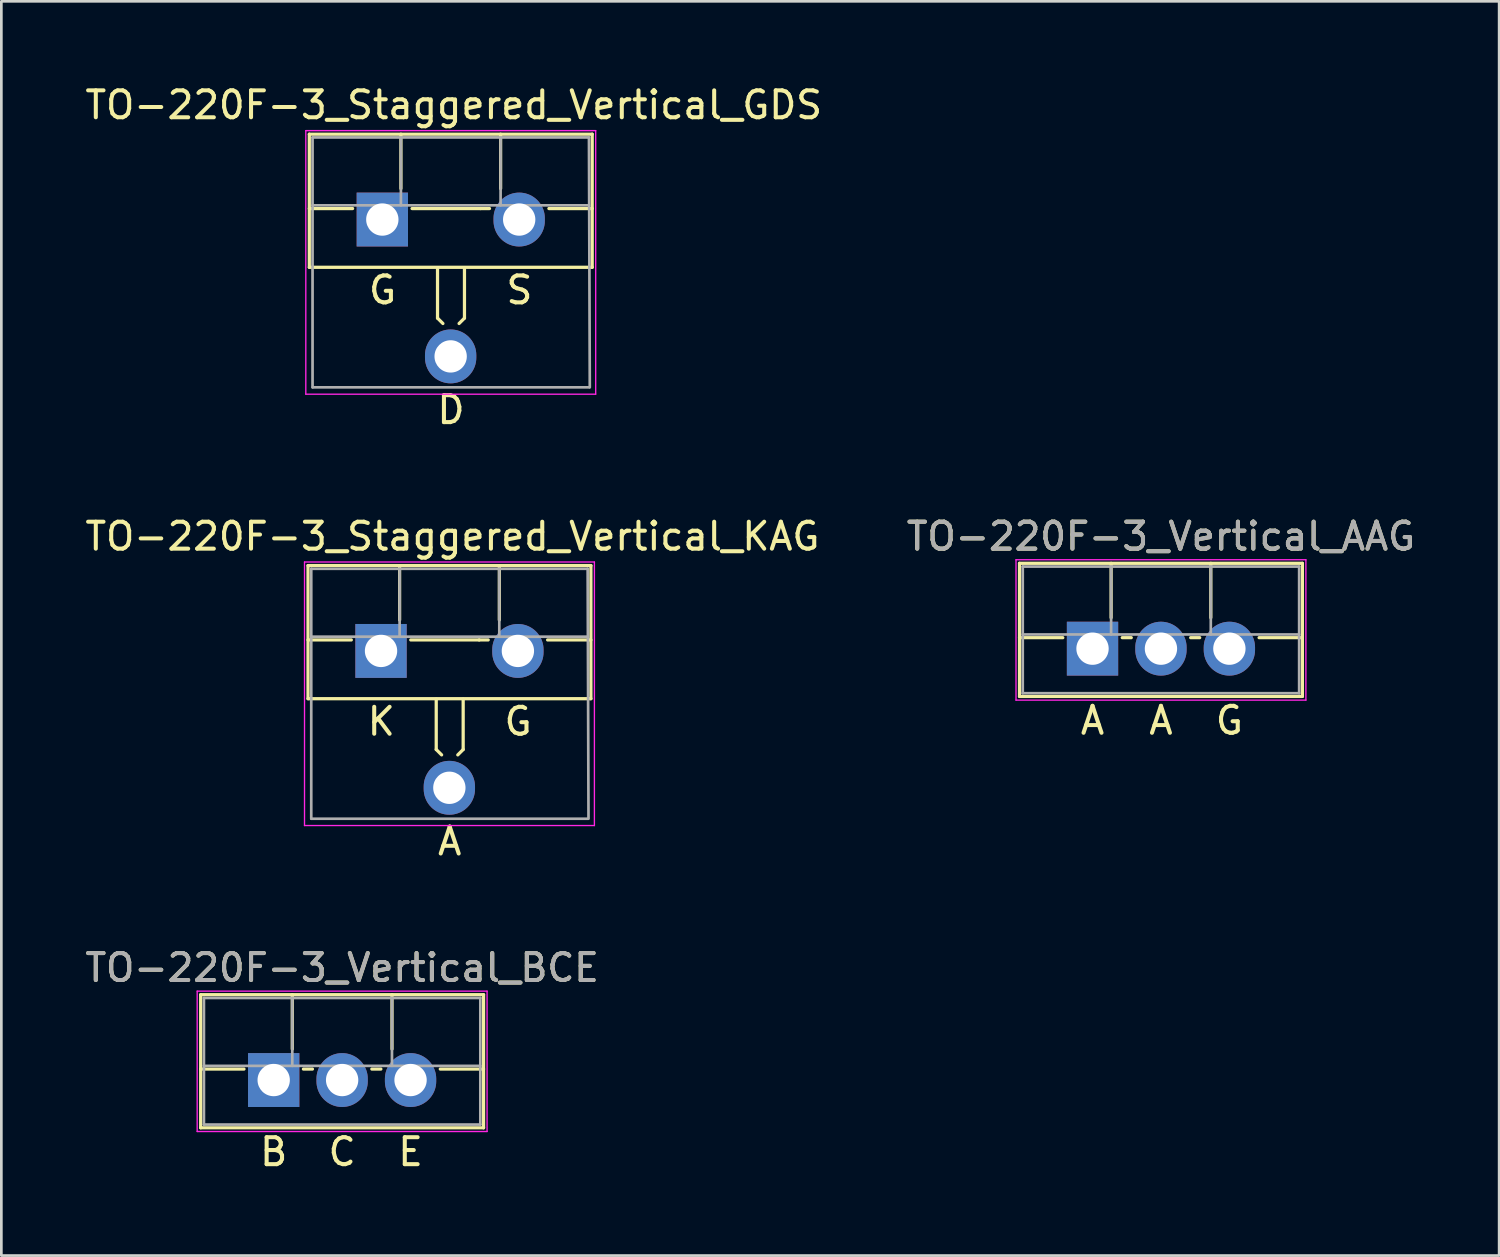
<source format=kicad_pcb>
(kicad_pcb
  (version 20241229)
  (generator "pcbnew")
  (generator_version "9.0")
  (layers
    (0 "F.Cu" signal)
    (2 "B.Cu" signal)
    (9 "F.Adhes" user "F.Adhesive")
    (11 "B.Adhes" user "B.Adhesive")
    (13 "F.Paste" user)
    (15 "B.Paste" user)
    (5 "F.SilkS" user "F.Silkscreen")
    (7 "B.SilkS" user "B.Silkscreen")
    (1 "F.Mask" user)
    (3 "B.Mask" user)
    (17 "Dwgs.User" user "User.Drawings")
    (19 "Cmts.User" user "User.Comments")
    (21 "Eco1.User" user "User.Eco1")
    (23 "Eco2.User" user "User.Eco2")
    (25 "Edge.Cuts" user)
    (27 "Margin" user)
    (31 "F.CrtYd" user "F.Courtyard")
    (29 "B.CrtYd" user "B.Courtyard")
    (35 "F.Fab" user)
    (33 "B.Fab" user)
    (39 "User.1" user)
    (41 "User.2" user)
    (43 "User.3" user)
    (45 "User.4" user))
  (footprint "TO-220F-3_Vertical_AAG"
    (layer "F.Cu")
    (at 37.502 21.027)
    (property "Reference" "TO-220F-3_Vertical_AAG" (at 2.54 -4.168 0) (layer "F.SilkS") (effects (font (size 1 1) (thickness 0.15))))
    (fp_line (start -2.71 -3.168) (end -2.71 1.773) (stroke (width 0.12) (type solid)) (layer "F.SilkS"))
    (fp_line (start -2.71 -3.168) (end 7.79 -3.168) (stroke (width 0.12) (type solid)) (layer "F.SilkS"))
    (fp_line (start -2.71 -0.408) (end -1.103 -0.408) (stroke (width 0.12) (type solid)) (layer "F.SilkS"))
    (fp_line (start -2.71 1.773) (end 7.79 1.773) (stroke (width 0.12) (type solid)) (layer "F.SilkS"))
    (fp_line (start 0.69 -3.168) (end 0.69 -1.15) (stroke (width 0.12) (type solid)) (layer "F.SilkS"))
    (fp_line (start 1.103 -0.408) (end 1.438 -0.408) (stroke (width 0.12) (type solid)) (layer "F.SilkS"))
    (fp_line (start 3.643 -0.408) (end 3.978 -0.408) (stroke (width 0.12) (type solid)) (layer "F.SilkS"))
    (fp_line (start 4.391 -3.168) (end 4.391 -1.15) (stroke (width 0.12) (type solid)) (layer "F.SilkS"))
    (fp_line (start 6.183 -0.408) (end 7.79 -0.408) (stroke (width 0.12) (type solid)) (layer "F.SilkS"))
    (fp_line (start 7.79 -3.168) (end 7.79 1.773) (stroke (width 0.12) (type solid)) (layer "F.SilkS"))
    (fp_line (start -2.84 -3.3) (end -2.84 1.91) (stroke (width 0.05) (type solid)) (layer "F.CrtYd"))
    (fp_line (start -2.84 1.91) (end 7.92 1.91) (stroke (width 0.05) (type solid)) (layer "F.CrtYd"))
    (fp_line (start 7.92 -3.3) (end -2.84 -3.3) (stroke (width 0.05) (type solid)) (layer "F.CrtYd"))
    (fp_line (start 7.92 1.91) (end 7.92 -3.3) (stroke (width 0.05) (type solid)) (layer "F.CrtYd"))
    (fp_line (start -2.59 -3.047) (end -2.59 1.653) (stroke (width 0.1) (type solid)) (layer "F.Fab"))
    (fp_line (start -2.59 -0.527) (end 7.67 -0.527) (stroke (width 0.1) (type solid)) (layer "F.Fab"))
    (fp_line (start -2.59 1.653) (end 7.67 1.653) (stroke (width 0.1) (type solid)) (layer "F.Fab"))
    (fp_line (start 0.69 -3.047) (end 0.69 -0.527) (stroke (width 0.1) (type solid)) (layer "F.Fab"))
    (fp_line (start 4.39 -3.047) (end 4.39 -0.527) (stroke (width 0.1) (type solid)) (layer "F.Fab"))
    (fp_line (start 7.67 -3.047) (end -2.59 -3.047) (stroke (width 0.1) (type solid)) (layer "F.Fab"))
    (fp_line (start 7.67 1.653) (end 7.67 -3.047) (stroke (width 0.1) (type solid)) (layer "F.Fab"))
    (fp_text user "A" (at 2.54 2.667 0) (unlocked yes) (layer "F.SilkS") (effects (font (size 1 1) (thickness 0.15))))
    (fp_text user "G" (at 5.08 2.667 0) (unlocked yes) (layer "F.SilkS") (effects (font (size 1 1) (thickness 0.15))))
    (fp_text user "A" (at 0 2.667 0) (unlocked yes) (layer "F.SilkS") (effects (font (size 1 1) (thickness 0.15))))
    (fp_text user "${REFERENCE}" (at 2.54 -4.168 0) (layer "F.Fab") (effects (font (size 1 1) (thickness 0.15))))
    (pad "1" thru_hole rect (at 0 0) (size 1.905 2) (drill 1.2) (layers "*.Cu" "*.Mask"))
    (pad "2" thru_hole oval (at 2.54 0) (size 1.905 2) (drill 1.2) (layers "*.Cu" "*.Mask"))
    (pad "3" thru_hole oval (at 5.08 0) (size 1.905 2) (drill 1.2) (layers "*.Cu" "*.Mask")))
  (footprint "TO-220F-3_Staggered_Vertical_GDS"
    (layer "F.Cu")
    (at 11.15 5.051)
    (property "Reference" "TO-220F-3_Staggered_Vertical_GDS" (at 2.642 -4.203 0) (layer "F.SilkS") (effects (font (size 1 1) (thickness 0.15))))
    (fp_line (start -2.719 -3.12) (end -2.719 1.821) (stroke (width 0.12) (type solid)) (layer "F.SilkS"))
    (fp_line (start -2.719 -3.12) (end 7.781 -3.12) (stroke (width 0.12) (type solid)) (layer "F.SilkS"))
    (fp_line (start -2.719 -0.36) (end -1.112 -0.36) (stroke (width 0.12) (type solid)) (layer "F.SilkS"))
    (fp_line (start -2.719 1.821) (end 7.781 1.821) (stroke (width 0.12) (type solid)) (layer "F.SilkS"))
    (fp_line (start 0.681 -3.12) (end 0.681 -1.102) (stroke (width 0.12) (type solid)) (layer "F.SilkS"))
    (fp_line (start 1.094 -0.36) (end 3.634 -0.36) (stroke (width 0.12) (type solid)) (layer "F.SilkS"))
    (fp_line (start 2.04 1.841) (end 2.04 3.707) (stroke (width 0.12) (type solid)) (layer "F.SilkS"))
    (fp_line (start 2.04 3.707) (end 2.24 3.907) (stroke (width 0.12) (type solid)) (layer "F.SilkS"))
    (fp_line (start 3.04 1.841) (end 3.04 3.707) (stroke (width 0.12) (type solid)) (layer "F.SilkS"))
    (fp_line (start 3.04 3.707) (end 2.84 3.907) (stroke (width 0.12) (type solid)) (layer "F.SilkS"))
    (fp_line (start 3.634 -0.36) (end 3.969 -0.36) (stroke (width 0.12) (type solid)) (layer "F.SilkS"))
    (fp_line (start 4.382 -3.12) (end 4.382 -1.102) (stroke (width 0.12) (type solid)) (layer "F.SilkS"))
    (fp_line (start 6.174 -0.36) (end 7.781 -0.36) (stroke (width 0.12) (type solid)) (layer "F.SilkS"))
    (fp_line (start 7.781 -3.12) (end 7.781 1.821) (stroke (width 0.12) (type solid)) (layer "F.SilkS"))
    (fp_line (start -2.849 -3.252) (end -2.849 6.53) (stroke (width 0.05) (type solid)) (layer "F.CrtYd"))
    (fp_line (start -2.849 6.53) (end 7.911 6.53) (stroke (width 0.05) (type solid)) (layer "F.CrtYd"))
    (fp_line (start 7.911 -3.252) (end -2.849 -3.252) (stroke (width 0.05) (type solid)) (layer "F.CrtYd"))
    (fp_line (start 7.911 6.53) (end 7.911 -3.252) (stroke (width 0.05) (type solid)) (layer "F.CrtYd"))
    (fp_line (start -2.599 -3) (end -2.599 6.276) (stroke (width 0.1) (type solid)) (layer "F.Fab"))
    (fp_line (start -2.599 -0.48) (end 7.661 -0.48) (stroke (width 0.1) (type solid)) (layer "F.Fab"))
    (fp_line (start -2.595 6.276) (end 7.665 6.276) (stroke (width 0.1) (type solid)) (layer "F.Fab"))
    (fp_line (start 0.681 -3) (end 0.681 -0.48) (stroke (width 0.1) (type solid)) (layer "F.Fab"))
    (fp_line (start 4.381 -3) (end 4.381 -0.48) (stroke (width 0.1) (type solid)) (layer "F.Fab"))
    (fp_line (start 7.661 -3) (end -2.599 -3) (stroke (width 0.1) (type solid)) (layer "F.Fab"))
    (fp_line (start 7.692 6.276) (end 7.661 -3) (stroke (width 0.1) (type solid)) (layer "F.Fab"))
    (fp_text user "S" (at 5.08 2.667 0) (unlocked yes) (layer "F.SilkS") (effects (font (size 1 1) (thickness 0.15))))
    (fp_text user "D" (at 2.54 7.112 0) (unlocked yes) (layer "F.SilkS") (effects (font (size 1 1) (thickness 0.15))))
    (fp_text user "G" (at 0 2.667 0) (unlocked yes) (layer "F.SilkS") (effects (font (size 1 1) (thickness 0.15))))
    (pad "1" thru_hole rect (at -0.009 0.048) (size 1.905 2) (drill 1.2) (layers "*.Cu" "*.Mask"))
    (pad "2" thru_hole oval (at 2.527 5.128) (size 1.905 2) (drill 1.2) (layers "*.Cu" "*.Mask"))
    (pad "3" thru_hole oval (at 5.071 0.048) (size 1.905 2) (drill 1.2) (layers "*.Cu" "*.Mask")))
  (footprint "TO-220F-3_Staggered_Vertical_KAG"
    (layer "F.Cu")
    (at 11.102 21.063)
    (property "Reference" "TO-220F-3_Staggered_Vertical_KAG" (at 2.642 -4.203 0) (layer "F.SilkS") (effects (font (size 1 1) (thickness 0.15))))
    (fp_line (start -2.719 -3.12) (end -2.719 1.821) (stroke (width 0.12) (type solid)) (layer "F.SilkS"))
    (fp_line (start -2.719 -3.12) (end 7.781 -3.12) (stroke (width 0.12) (type solid)) (layer "F.SilkS"))
    (fp_line (start -2.719 -0.36) (end -1.112 -0.36) (stroke (width 0.12) (type solid)) (layer "F.SilkS"))
    (fp_line (start -2.719 1.821) (end 7.781 1.821) (stroke (width 0.12) (type solid)) (layer "F.SilkS"))
    (fp_line (start 0.681 -3.12) (end 0.681 -1.102) (stroke (width 0.12) (type solid)) (layer "F.SilkS"))
    (fp_line (start 1.094 -0.36) (end 3.634 -0.36) (stroke (width 0.12) (type solid)) (layer "F.SilkS"))
    (fp_line (start 2.04 1.841) (end 2.04 3.707) (stroke (width 0.12) (type solid)) (layer "F.SilkS"))
    (fp_line (start 2.04 3.707) (end 2.24 3.907) (stroke (width 0.12) (type solid)) (layer "F.SilkS"))
    (fp_line (start 3.04 1.841) (end 3.04 3.707) (stroke (width 0.12) (type solid)) (layer "F.SilkS"))
    (fp_line (start 3.04 3.707) (end 2.84 3.907) (stroke (width 0.12) (type solid)) (layer "F.SilkS"))
    (fp_line (start 3.634 -0.36) (end 3.969 -0.36) (stroke (width 0.12) (type solid)) (layer "F.SilkS"))
    (fp_line (start 4.382 -3.12) (end 4.382 -1.102) (stroke (width 0.12) (type solid)) (layer "F.SilkS"))
    (fp_line (start 6.174 -0.36) (end 7.781 -0.36) (stroke (width 0.12) (type solid)) (layer "F.SilkS"))
    (fp_line (start 7.781 -3.12) (end 7.781 1.821) (stroke (width 0.12) (type solid)) (layer "F.SilkS"))
    (fp_line (start -2.849 -3.252) (end -2.849 6.53) (stroke (width 0.05) (type solid)) (layer "F.CrtYd"))
    (fp_line (start -2.849 6.53) (end 7.911 6.53) (stroke (width 0.05) (type solid)) (layer "F.CrtYd"))
    (fp_line (start 7.911 -3.252) (end -2.849 -3.252) (stroke (width 0.05) (type solid)) (layer "F.CrtYd"))
    (fp_line (start 7.911 6.53) (end 7.911 -3.252) (stroke (width 0.05) (type solid)) (layer "F.CrtYd"))
    (fp_line (start -2.599 -3) (end -2.599 6.276) (stroke (width 0.1) (type solid)) (layer "F.Fab"))
    (fp_line (start -2.599 -0.48) (end 7.661 -0.48) (stroke (width 0.1) (type solid)) (layer "F.Fab"))
    (fp_line (start -2.595 6.276) (end 7.665 6.276) (stroke (width 0.1) (type solid)) (layer "F.Fab"))
    (fp_line (start 0.681 -3) (end 0.681 -0.48) (stroke (width 0.1) (type solid)) (layer "F.Fab"))
    (fp_line (start 4.381 -3) (end 4.381 -0.48) (stroke (width 0.1) (type solid)) (layer "F.Fab"))
    (fp_line (start 7.661 -3) (end -2.599 -3) (stroke (width 0.1) (type solid)) (layer "F.Fab"))
    (fp_line (start 7.692 6.276) (end 7.661 -3) (stroke (width 0.1) (type solid)) (layer "F.Fab"))
    (fp_text user "K" (at 0 2.667 0) (unlocked yes) (layer "F.SilkS") (effects (font (size 1 1) (thickness 0.15))))
    (fp_text user "G" (at 5.08 2.667 0) (unlocked yes) (layer "F.SilkS") (effects (font (size 1 1) (thickness 0.15))))
    (fp_text user "A" (at 2.54 7.112 0) (unlocked yes) (layer "F.SilkS") (effects (font (size 1 1) (thickness 0.15))))
    (pad "1" thru_hole rect (at -0.009 0.048) (size 1.905 2) (drill 1.2) (layers "*.Cu" "*.Mask"))
    (pad "2" thru_hole oval (at 2.527 5.128) (size 1.905 2) (drill 1.2) (layers "*.Cu" "*.Mask"))
    (pad "3" thru_hole oval (at 5.071 0.048) (size 1.905 2) (drill 1.2) (layers "*.Cu" "*.Mask")))
  (footprint "TO-220F-3_Vertical_BCE"
    (layer "F.Cu")
    (at 7.109 37.039)
    (property "Reference" "TO-220F-3_Vertical_BCE" (at 2.54 -4.168 0) (layer "F.SilkS") (effects (font (size 1 1) (thickness 0.15))))
    (fp_line (start -2.71 -3.168) (end -2.71 1.773) (stroke (width 0.12) (type solid)) (layer "F.SilkS"))
    (fp_line (start -2.71 -3.168) (end 7.79 -3.168) (stroke (width 0.12) (type solid)) (layer "F.SilkS"))
    (fp_line (start -2.71 -0.408) (end -1.103 -0.408) (stroke (width 0.12) (type solid)) (layer "F.SilkS"))
    (fp_line (start -2.71 1.773) (end 7.79 1.773) (stroke (width 0.12) (type solid)) (layer "F.SilkS"))
    (fp_line (start 0.69 -3.168) (end 0.69 -1.15) (stroke (width 0.12) (type solid)) (layer "F.SilkS"))
    (fp_line (start 1.103 -0.408) (end 1.438 -0.408) (stroke (width 0.12) (type solid)) (layer "F.SilkS"))
    (fp_line (start 3.643 -0.408) (end 3.978 -0.408) (stroke (width 0.12) (type solid)) (layer "F.SilkS"))
    (fp_line (start 4.391 -3.168) (end 4.391 -1.15) (stroke (width 0.12) (type solid)) (layer "F.SilkS"))
    (fp_line (start 6.183 -0.408) (end 7.79 -0.408) (stroke (width 0.12) (type solid)) (layer "F.SilkS"))
    (fp_line (start 7.79 -3.168) (end 7.79 1.773) (stroke (width 0.12) (type solid)) (layer "F.SilkS"))
    (fp_line (start -2.84 -3.3) (end -2.84 1.91) (stroke (width 0.05) (type solid)) (layer "F.CrtYd"))
    (fp_line (start -2.84 1.91) (end 7.92 1.91) (stroke (width 0.05) (type solid)) (layer "F.CrtYd"))
    (fp_line (start 7.92 -3.3) (end -2.84 -3.3) (stroke (width 0.05) (type solid)) (layer "F.CrtYd"))
    (fp_line (start 7.92 1.91) (end 7.92 -3.3) (stroke (width 0.05) (type solid)) (layer "F.CrtYd"))
    (fp_line (start -2.59 -3.047) (end -2.59 1.653) (stroke (width 0.1) (type solid)) (layer "F.Fab"))
    (fp_line (start -2.59 -0.527) (end 7.67 -0.527) (stroke (width 0.1) (type solid)) (layer "F.Fab"))
    (fp_line (start -2.59 1.653) (end 7.67 1.653) (stroke (width 0.1) (type solid)) (layer "F.Fab"))
    (fp_line (start 0.69 -3.047) (end 0.69 -0.527) (stroke (width 0.1) (type solid)) (layer "F.Fab"))
    (fp_line (start 4.39 -3.047) (end 4.39 -0.527) (stroke (width 0.1) (type solid)) (layer "F.Fab"))
    (fp_line (start 7.67 -3.047) (end -2.59 -3.047) (stroke (width 0.1) (type solid)) (layer "F.Fab"))
    (fp_line (start 7.67 1.653) (end 7.67 -3.047) (stroke (width 0.1) (type solid)) (layer "F.Fab"))
    (fp_text user "C" (at 2.54 2.667 0) (unlocked yes) (layer "F.SilkS") (effects (font (size 1 1) (thickness 0.15))))
    (fp_text user "B" (at 0 2.667 0) (unlocked yes) (layer "F.SilkS") (effects (font (size 1 1) (thickness 0.15))))
    (fp_text user "E" (at 5.08 2.667 0) (unlocked yes) (layer "F.SilkS") (effects (font (size 1 1) (thickness 0.15))))
    (fp_text user "${REFERENCE}" (at 2.54 -4.168 0) (layer "F.Fab") (effects (font (size 1 1) (thickness 0.15))))
    (pad "1" thru_hole rect (at 0 0) (size 1.905 2) (drill 1.2) (layers "*.Cu" "*.Mask"))
    (pad "2" thru_hole oval (at 2.54 0) (size 1.905 2) (drill 1.2) (layers "*.Cu" "*.Mask"))
    (pad "3" thru_hole oval (at 5.08 0) (size 1.905 2) (drill 1.2) (layers "*.Cu" "*.Mask")))
  (gr_rect
    (start -3 -3)
    (end 52.595 43.554)
    (stroke (width 0.1) (type default))
    (fill no)
    (layer "Edge.Cuts")))
</source>
